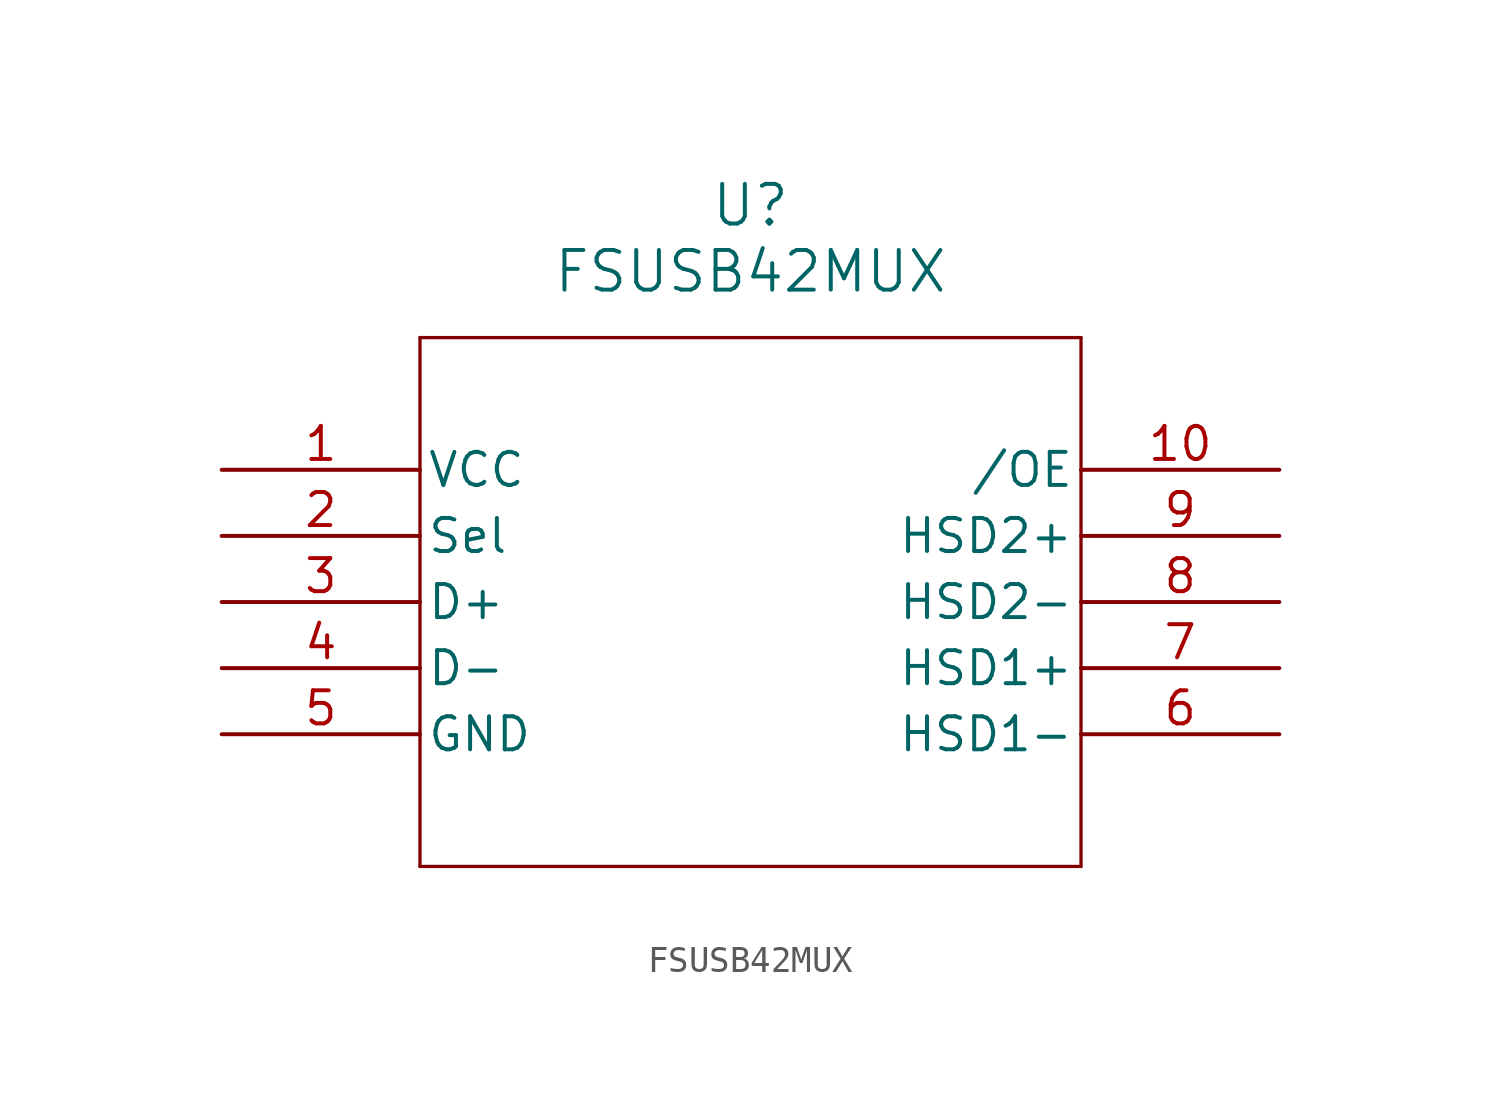
<source format=kicad_sym>
(kicad_symbol_lib
  (version 20211014)
  (generator kicad_symbol_editor)
  (symbol "FSUSB42MUX"
    (pin_names
      (offset 0.254))
    (property "Reference" "U"
      (at 20.32 10.16 0)
      (effects (font (size 1.524 1.524))))
    (property "Value" "FSUSB42MUX"
      (at 20.32 7.62 0)
      (effects (font (size 1.524 1.524))))
    (symbol "FSUSB42MUX_0_1"
      (polyline (pts (xy 7.62 5.08) (xy 7.62 -15.24)) (stroke (width 0.127) (type default) (color 0 0 0 0)) (fill (type none)))
      (polyline (pts (xy 7.62 -15.24) (xy 33.02 -15.24)) (stroke (width 0.127) (type default) (color 0 0 0 0)) (fill (type none)))
      (polyline (pts (xy 33.02 -15.24) (xy 33.02 5.08)) (stroke (width 0.127) (type default) (color 0 0 0 0)) (fill (type none)))
      (polyline (pts (xy 33.02 5.08) (xy 7.62 5.08)) (stroke (width 0.127) (type default) (color 0 0 0 0)) (fill (type none)))
      (pin power_in line (at 0 0 0) (length 7.62) (name "VCC" (effects (font (size 1.27 1.27)))) (number "1" (effects (font (size 1.27 1.27)))))
      (pin unspecified line (at 0 -2.54 0) (length 7.62) (name "Sel" (effects (font (size 1.27 1.27)))) (number "2" (effects (font (size 1.27 1.27)))))
      (pin unspecified line (at 0 -5.08 0) (length 7.62) (name "D+" (effects (font (size 1.27 1.27)))) (number "3" (effects (font (size 1.27 1.27)))))
      (pin unspecified line (at 0 -7.62 0) (length 7.62) (name "D-" (effects (font (size 1.27 1.27)))) (number "4" (effects (font (size 1.27 1.27)))))
      (pin power_out line (at 0 -10.16 0) (length 7.62) (name "GND" (effects (font (size 1.27 1.27)))) (number "5" (effects (font (size 1.27 1.27)))))
      (pin bidirectional line (at 40.64 -10.16 180) (length 7.62) (name "HSD1-" (effects (font (size 1.27 1.27)))) (number "6" (effects (font (size 1.27 1.27)))))
      (pin bidirectional line (at 40.64 -7.62 180) (length 7.62) (name "HSD1+" (effects (font (size 1.27 1.27)))) (number "7" (effects (font (size 1.27 1.27)))))
      (pin bidirectional line (at 40.64 -5.08 180) (length 7.62) (name "HSD2-" (effects (font (size 1.27 1.27)))) (number "8" (effects (font (size 1.27 1.27)))))
      (pin bidirectional line (at 40.64 -2.54 180) (length 7.62) (name "HSD2+" (effects (font (size 1.27 1.27)))) (number "9" (effects (font (size 1.27 1.27)))))
      (pin unspecified line (at 40.64 0 180) (length 7.62) (name "/OE" (effects (font (size 1.27 1.27)))) (number "10" (effects (font (size 1.27 1.27))))))))
</source>
